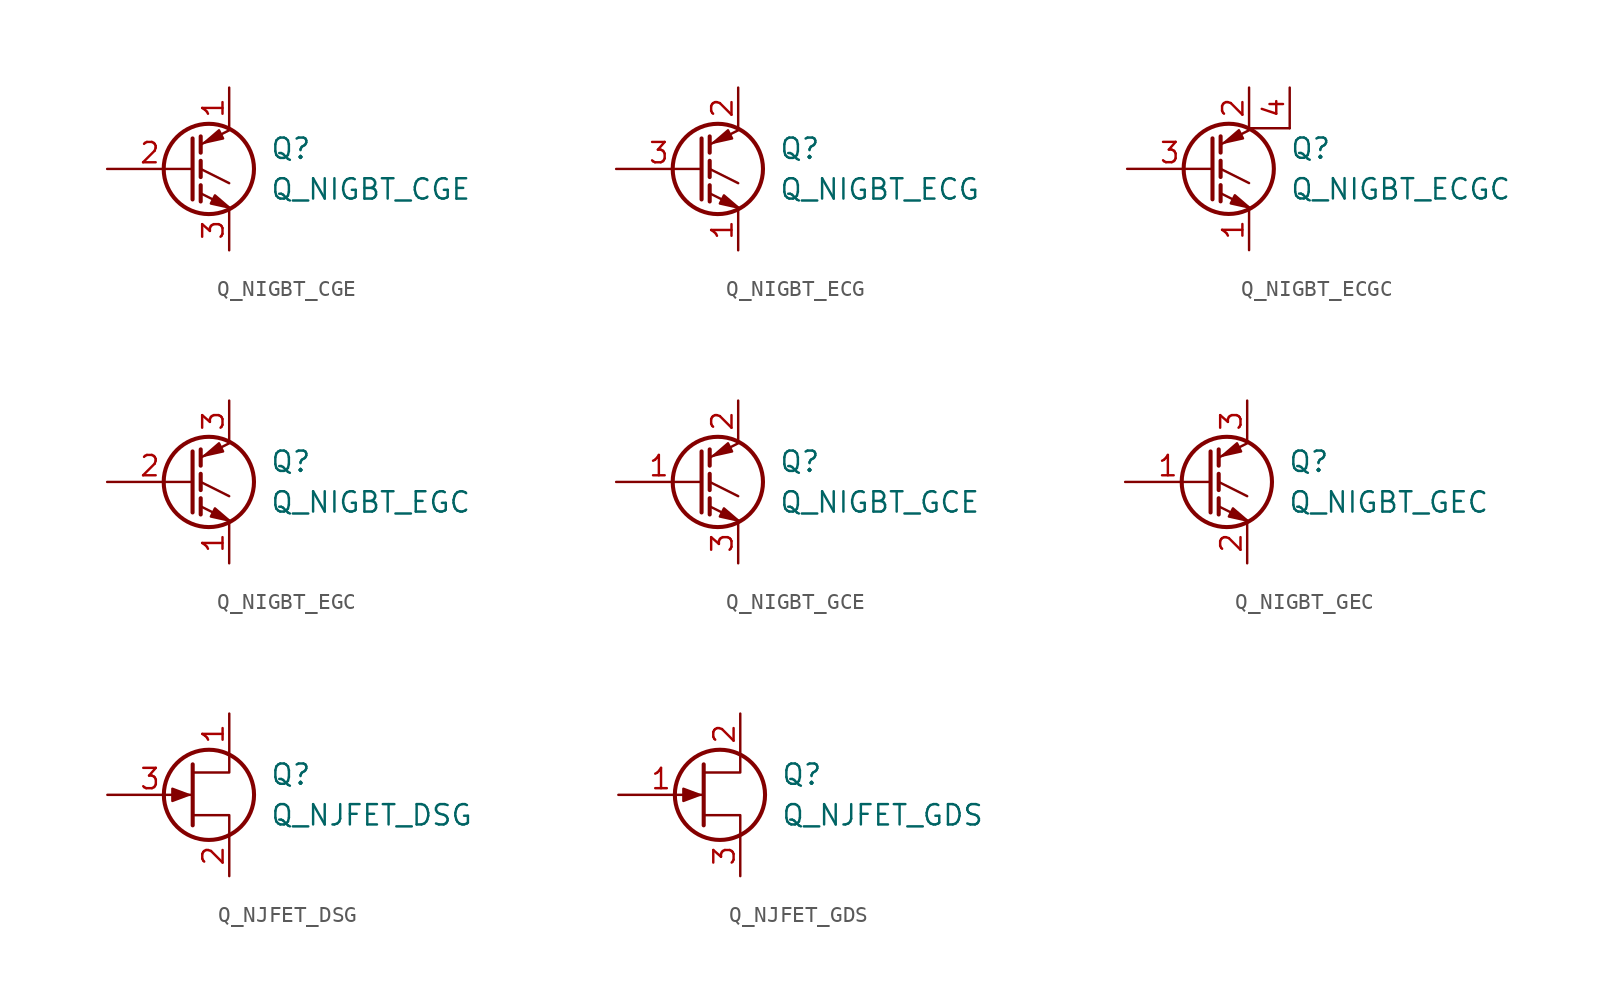
<source format=kicad_sym>
(kicad_symbol_lib
  (version 20211014)
  (generator kicad_symbol_editor)
  (symbol "Q_NIGBT_CGE"
    (pin_names
      (offset 0) hide)
    (property "Reference" "Q"
      (at 5.08 1.27 0)
      (effects (font (size 1.27 1.27)) (justify left)))
    (property "Value" "Q_NIGBT_CGE"
      (at 5.08 -1.27 0)
      (effects (font (size 1.27 1.27)) (justify left)))
    (symbol "Q_NIGBT_CGE_0_1"
      (polyline (pts (xy 0.762 -1.016) (xy 0.762 -2.032)) (stroke (width 0.254) (type default) (color 0 0 0 0)) (fill (type none)))
      (polyline (pts (xy 0.762 0.508) (xy 0.762 -0.508)) (stroke (width 0.254) (type default) (color 0 0 0 0)) (fill (type none)))
      (polyline (pts (xy 0.762 2.032) (xy 0.762 1.016)) (stroke (width 0.254) (type default) (color 0 0 0 0)) (fill (type none)))
      (polyline (pts (xy 2.54 -2.413) (xy 0.762 -1.524)) (stroke (width 0) (type default) (color 0 0 0 0)) (fill (type none)))
      (polyline (pts (xy 2.54 -0.889) (xy 0.762 0)) (stroke (width 0) (type default) (color 0 0 0 0)) (fill (type none)))
      (polyline (pts (xy 2.54 2.413) (xy 0.762 1.524)) (stroke (width 0) (type default) (color 0 0 0 0)) (fill (type none)))
      (polyline (pts (xy 0.254 1.905) (xy 0.254 -1.905) (xy 0.254 -1.905)) (stroke (width 0.254) (type default) (color 0 0 0 0)) (fill (type none)))
      (polyline (pts (xy 1.397 -2.159) (xy 1.651 -1.651) (xy 2.54 -2.413) (xy 1.397 -2.159)) (stroke (width 0) (type default) (color 0 0 0 0)) (fill (type outline)))
      (polyline (pts (xy 2.159 1.905) (xy 1.905 2.413) (xy 1.016 1.651) (xy 2.159 1.905)) (stroke (width 0) (type default) (color 0 0 0 0)) (fill (type outline)))
      (circle (center 1.27 0) (radius 2.819) (stroke (width 0.254) (type default) (color 0 0 0 0)) (fill (type none))))
    (symbol "Q_NIGBT_CGE_1_1"
      (pin passive line (at 2.54 5.08 270) (length 2.54) (name "C" (effects (font (size 1.27 1.27)))) (number "1" (effects (font (size 1.27 1.27)))))
      (pin input line (at -5.08 0 0) (length 5.334) (name "G" (effects (font (size 1.27 1.27)))) (number "2" (effects (font (size 1.27 1.27)))))
      (pin passive line (at 2.54 -5.08 90) (length 2.54) (name "E" (effects (font (size 1.27 1.27)))) (number "3" (effects (font (size 1.27 1.27)))))))
  (symbol "Q_NIGBT_ECG"
    (pin_names
      (offset 0) hide)
    (property "Reference" "Q"
      (at 5.08 1.27 0)
      (effects (font (size 1.27 1.27)) (justify left)))
    (property "Value" "Q_NIGBT_ECG"
      (at 5.08 -1.27 0)
      (effects (font (size 1.27 1.27)) (justify left)))
    (symbol "Q_NIGBT_ECG_0_1"
      (polyline (pts (xy 0.762 -1.016) (xy 0.762 -2.032)) (stroke (width 0.254) (type default) (color 0 0 0 0)) (fill (type none)))
      (polyline (pts (xy 0.762 0.508) (xy 0.762 -0.508)) (stroke (width 0.254) (type default) (color 0 0 0 0)) (fill (type none)))
      (polyline (pts (xy 0.762 2.032) (xy 0.762 1.016)) (stroke (width 0.254) (type default) (color 0 0 0 0)) (fill (type none)))
      (polyline (pts (xy 2.54 -2.413) (xy 0.762 -1.524)) (stroke (width 0) (type default) (color 0 0 0 0)) (fill (type none)))
      (polyline (pts (xy 2.54 -0.889) (xy 0.762 0)) (stroke (width 0) (type default) (color 0 0 0 0)) (fill (type none)))
      (polyline (pts (xy 2.54 2.413) (xy 0.762 1.524)) (stroke (width 0) (type default) (color 0 0 0 0)) (fill (type none)))
      (polyline (pts (xy 0.254 1.905) (xy 0.254 -1.905) (xy 0.254 -1.905)) (stroke (width 0.254) (type default) (color 0 0 0 0)) (fill (type none)))
      (polyline (pts (xy 1.397 -2.159) (xy 1.651 -1.651) (xy 2.54 -2.413) (xy 1.397 -2.159)) (stroke (width 0) (type default) (color 0 0 0 0)) (fill (type outline)))
      (polyline (pts (xy 2.159 1.905) (xy 1.905 2.413) (xy 1.016 1.651) (xy 2.159 1.905)) (stroke (width 0) (type default) (color 0 0 0 0)) (fill (type outline)))
      (circle (center 1.27 0) (radius 2.819) (stroke (width 0.254) (type default) (color 0 0 0 0)) (fill (type none))))
    (symbol "Q_NIGBT_ECG_1_1"
      (pin passive line (at 2.54 -5.08 90) (length 2.54) (name "E" (effects (font (size 1.27 1.27)))) (number "1" (effects (font (size 1.27 1.27)))))
      (pin passive line (at 2.54 5.08 270) (length 2.54) (name "C" (effects (font (size 1.27 1.27)))) (number "2" (effects (font (size 1.27 1.27)))))
      (pin input line (at -5.08 0 0) (length 5.334) (name "G" (effects (font (size 1.27 1.27)))) (number "3" (effects (font (size 1.27 1.27)))))))
  (symbol "Q_NIGBT_ECGC"
    (pin_names
      (offset 0) hide)
    (property "Reference" "Q"
      (at 5.08 1.27 0)
      (effects (font (size 1.27 1.27)) (justify left)))
    (property "Value" "Q_NIGBT_ECGC"
      (at 5.08 -1.27 0)
      (effects (font (size 1.27 1.27)) (justify left)))
    (symbol "Q_NIGBT_ECGC_0_1"
      (polyline (pts (xy 0.762 -1.016) (xy 0.762 -2.032)) (stroke (width 0.254) (type default) (color 0 0 0 0)) (fill (type none)))
      (polyline (pts (xy 0.762 0.508) (xy 0.762 -0.508)) (stroke (width 0.254) (type default) (color 0 0 0 0)) (fill (type none)))
      (polyline (pts (xy 0.762 2.032) (xy 0.762 1.016)) (stroke (width 0.254) (type default) (color 0 0 0 0)) (fill (type none)))
      (polyline (pts (xy 2.54 -2.413) (xy 0.762 -1.524)) (stroke (width 0) (type default) (color 0 0 0 0)) (fill (type none)))
      (polyline (pts (xy 2.54 -0.889) (xy 0.762 0)) (stroke (width 0) (type default) (color 0 0 0 0)) (fill (type none)))
      (polyline (pts (xy 2.54 2.413) (xy 0.762 1.524)) (stroke (width 0) (type default) (color 0 0 0 0)) (fill (type none)))
      (polyline (pts (xy 2.54 2.54) (xy 5.08 2.54)) (stroke (width 0) (type default) (color 0 0 0 0)) (fill (type none)))
      (polyline (pts (xy 0.254 1.905) (xy 0.254 -1.905) (xy 0.254 -1.905)) (stroke (width 0.254) (type default) (color 0 0 0 0)) (fill (type none)))
      (polyline (pts (xy 1.397 -2.159) (xy 1.651 -1.651) (xy 2.54 -2.413) (xy 1.397 -2.159)) (stroke (width 0) (type default) (color 0 0 0 0)) (fill (type outline)))
      (polyline (pts (xy 2.159 1.905) (xy 1.905 2.413) (xy 1.016 1.651) (xy 2.159 1.905)) (stroke (width 0) (type default) (color 0 0 0 0)) (fill (type outline)))
      (circle (center 1.27 0) (radius 2.819) (stroke (width 0.254) (type default) (color 0 0 0 0)) (fill (type none))))
    (symbol "Q_NIGBT_ECGC_1_1"
      (pin passive line (at 2.54 -5.08 90) (length 2.54) (name "E" (effects (font (size 1.27 1.27)))) (number "1" (effects (font (size 1.27 1.27)))))
      (pin passive line (at 2.54 5.08 270) (length 2.54) (name "C" (effects (font (size 1.27 1.27)))) (number "2" (effects (font (size 1.27 1.27)))))
      (pin input line (at -5.08 0 0) (length 5.334) (name "G" (effects (font (size 1.27 1.27)))) (number "3" (effects (font (size 1.27 1.27)))))
      (pin passive line (at 5.08 5.08 270) (length 2.54) (name "C" (effects (font (size 1.27 1.27)))) (number "4" (effects (font (size 1.27 1.27)))))))
  (symbol "Q_NIGBT_EGC"
    (pin_names
      (offset 0) hide)
    (property "Reference" "Q"
      (at 5.08 1.27 0)
      (effects (font (size 1.27 1.27)) (justify left)))
    (property "Value" "Q_NIGBT_EGC"
      (at 5.08 -1.27 0)
      (effects (font (size 1.27 1.27)) (justify left)))
    (symbol "Q_NIGBT_EGC_0_1"
      (polyline (pts (xy 0.762 -1.016) (xy 0.762 -2.032)) (stroke (width 0.254) (type default) (color 0 0 0 0)) (fill (type none)))
      (polyline (pts (xy 0.762 0.508) (xy 0.762 -0.508)) (stroke (width 0.254) (type default) (color 0 0 0 0)) (fill (type none)))
      (polyline (pts (xy 0.762 2.032) (xy 0.762 1.016)) (stroke (width 0.254) (type default) (color 0 0 0 0)) (fill (type none)))
      (polyline (pts (xy 2.54 -2.413) (xy 0.762 -1.524)) (stroke (width 0) (type default) (color 0 0 0 0)) (fill (type none)))
      (polyline (pts (xy 2.54 -0.889) (xy 0.762 0)) (stroke (width 0) (type default) (color 0 0 0 0)) (fill (type none)))
      (polyline (pts (xy 2.54 2.413) (xy 0.762 1.524)) (stroke (width 0) (type default) (color 0 0 0 0)) (fill (type none)))
      (polyline (pts (xy 0.254 1.905) (xy 0.254 -1.905) (xy 0.254 -1.905)) (stroke (width 0.254) (type default) (color 0 0 0 0)) (fill (type none)))
      (polyline (pts (xy 1.397 -2.159) (xy 1.651 -1.651) (xy 2.54 -2.413) (xy 1.397 -2.159)) (stroke (width 0) (type default) (color 0 0 0 0)) (fill (type outline)))
      (polyline (pts (xy 2.159 1.905) (xy 1.905 2.413) (xy 1.016 1.651) (xy 2.159 1.905)) (stroke (width 0) (type default) (color 0 0 0 0)) (fill (type outline)))
      (circle (center 1.27 0) (radius 2.819) (stroke (width 0.254) (type default) (color 0 0 0 0)) (fill (type none))))
    (symbol "Q_NIGBT_EGC_1_1"
      (pin passive line (at 2.54 -5.08 90) (length 2.54) (name "E" (effects (font (size 1.27 1.27)))) (number "1" (effects (font (size 1.27 1.27)))))
      (pin input line (at -5.08 0 0) (length 5.334) (name "G" (effects (font (size 1.27 1.27)))) (number "2" (effects (font (size 1.27 1.27)))))
      (pin passive line (at 2.54 5.08 270) (length 2.54) (name "C" (effects (font (size 1.27 1.27)))) (number "3" (effects (font (size 1.27 1.27)))))))
  (symbol "Q_NIGBT_GCE"
    (pin_names
      (offset 0) hide)
    (property "Reference" "Q"
      (at 5.08 1.27 0)
      (effects (font (size 1.27 1.27)) (justify left)))
    (property "Value" "Q_NIGBT_GCE"
      (at 5.08 -1.27 0)
      (effects (font (size 1.27 1.27)) (justify left)))
    (symbol "Q_NIGBT_GCE_0_1"
      (polyline (pts (xy 0.762 -1.016) (xy 0.762 -2.032)) (stroke (width 0.254) (type default) (color 0 0 0 0)) (fill (type none)))
      (polyline (pts (xy 0.762 0.508) (xy 0.762 -0.508)) (stroke (width 0.254) (type default) (color 0 0 0 0)) (fill (type none)))
      (polyline (pts (xy 0.762 2.032) (xy 0.762 1.016)) (stroke (width 0.254) (type default) (color 0 0 0 0)) (fill (type none)))
      (polyline (pts (xy 2.54 -2.413) (xy 0.762 -1.524)) (stroke (width 0) (type default) (color 0 0 0 0)) (fill (type none)))
      (polyline (pts (xy 2.54 -0.889) (xy 0.762 0)) (stroke (width 0) (type default) (color 0 0 0 0)) (fill (type none)))
      (polyline (pts (xy 2.54 2.413) (xy 0.762 1.524)) (stroke (width 0) (type default) (color 0 0 0 0)) (fill (type none)))
      (polyline (pts (xy 0.254 1.905) (xy 0.254 -1.905) (xy 0.254 -1.905)) (stroke (width 0.254) (type default) (color 0 0 0 0)) (fill (type none)))
      (polyline (pts (xy 1.397 -2.159) (xy 1.651 -1.651) (xy 2.54 -2.413) (xy 1.397 -2.159)) (stroke (width 0) (type default) (color 0 0 0 0)) (fill (type outline)))
      (polyline (pts (xy 2.159 1.905) (xy 1.905 2.413) (xy 1.016 1.651) (xy 2.159 1.905)) (stroke (width 0) (type default) (color 0 0 0 0)) (fill (type outline)))
      (circle (center 1.27 0) (radius 2.819) (stroke (width 0.254) (type default) (color 0 0 0 0)) (fill (type none))))
    (symbol "Q_NIGBT_GCE_1_1"
      (pin input line (at -5.08 0 0) (length 5.334) (name "G" (effects (font (size 1.27 1.27)))) (number "1" (effects (font (size 1.27 1.27)))))
      (pin passive line (at 2.54 5.08 270) (length 2.54) (name "C" (effects (font (size 1.27 1.27)))) (number "2" (effects (font (size 1.27 1.27)))))
      (pin passive line (at 2.54 -5.08 90) (length 2.54) (name "E" (effects (font (size 1.27 1.27)))) (number "3" (effects (font (size 1.27 1.27)))))))
  (symbol "Q_NIGBT_GEC"
    (pin_names
      (offset 0) hide)
    (property "Reference" "Q"
      (at 5.08 1.27 0)
      (effects (font (size 1.27 1.27)) (justify left)))
    (property "Value" "Q_NIGBT_GEC"
      (at 5.08 -1.27 0)
      (effects (font (size 1.27 1.27)) (justify left)))
    (symbol "Q_NIGBT_GEC_0_1"
      (polyline (pts (xy 0.762 -1.016) (xy 0.762 -2.032)) (stroke (width 0.254) (type default) (color 0 0 0 0)) (fill (type none)))
      (polyline (pts (xy 0.762 0.508) (xy 0.762 -0.508)) (stroke (width 0.254) (type default) (color 0 0 0 0)) (fill (type none)))
      (polyline (pts (xy 0.762 2.032) (xy 0.762 1.016)) (stroke (width 0.254) (type default) (color 0 0 0 0)) (fill (type none)))
      (polyline (pts (xy 2.54 -2.413) (xy 0.762 -1.524)) (stroke (width 0) (type default) (color 0 0 0 0)) (fill (type none)))
      (polyline (pts (xy 2.54 -0.889) (xy 0.762 0)) (stroke (width 0) (type default) (color 0 0 0 0)) (fill (type none)))
      (polyline (pts (xy 2.54 2.413) (xy 0.762 1.524)) (stroke (width 0) (type default) (color 0 0 0 0)) (fill (type none)))
      (polyline (pts (xy 0.254 1.905) (xy 0.254 -1.905) (xy 0.254 -1.905)) (stroke (width 0.254) (type default) (color 0 0 0 0)) (fill (type none)))
      (polyline (pts (xy 1.397 -2.159) (xy 1.651 -1.651) (xy 2.54 -2.413) (xy 1.397 -2.159)) (stroke (width 0) (type default) (color 0 0 0 0)) (fill (type outline)))
      (polyline (pts (xy 2.159 1.905) (xy 1.905 2.413) (xy 1.016 1.651) (xy 2.159 1.905)) (stroke (width 0) (type default) (color 0 0 0 0)) (fill (type outline)))
      (circle (center 1.27 0) (radius 2.819) (stroke (width 0.254) (type default) (color 0 0 0 0)) (fill (type none))))
    (symbol "Q_NIGBT_GEC_1_1"
      (pin input line (at -5.08 0 0) (length 5.334) (name "G" (effects (font (size 1.27 1.27)))) (number "1" (effects (font (size 1.27 1.27)))))
      (pin passive line (at 2.54 -5.08 90) (length 2.54) (name "E" (effects (font (size 1.27 1.27)))) (number "2" (effects (font (size 1.27 1.27)))))
      (pin passive line (at 2.54 5.08 270) (length 2.54) (name "C" (effects (font (size 1.27 1.27)))) (number "3" (effects (font (size 1.27 1.27)))))))
  (symbol "Q_NJFET_DSG"
    (pin_names
      (offset 0) hide)
    (property "Reference" "Q"
      (at 5.08 1.27 0)
      (effects (font (size 1.27 1.27)) (justify left)))
    (property "Value" "Q_NJFET_DSG"
      (at 5.08 -1.27 0)
      (effects (font (size 1.27 1.27)) (justify left)))
    (symbol "Q_NJFET_DSG_0_1"
      (polyline (pts (xy 0.254 1.905) (xy 0.254 -1.905) (xy 0.254 -1.905)) (stroke (width 0.254) (type default) (color 0 0 0 0)) (fill (type none)))
      (polyline (pts (xy 2.54 -2.54) (xy 2.54 -1.27) (xy 0.254 -1.27)) (stroke (width 0) (type default) (color 0 0 0 0)) (fill (type none)))
      (polyline (pts (xy 2.54 2.54) (xy 2.54 1.397) (xy 0.254 1.397)) (stroke (width 0) (type default) (color 0 0 0 0)) (fill (type none)))
      (polyline (pts (xy 0 0) (xy -1.016 0.381) (xy -1.016 -0.381) (xy 0 0)) (stroke (width 0) (type default) (color 0 0 0 0)) (fill (type outline)))
      (circle (center 1.27 0) (radius 2.819) (stroke (width 0.254) (type default) (color 0 0 0 0)) (fill (type none))))
    (symbol "Q_NJFET_DSG_1_1"
      (pin passive line (at 2.54 5.08 270) (length 2.54) (name "D" (effects (font (size 1.27 1.27)))) (number "1" (effects (font (size 1.27 1.27)))))
      (pin passive line (at 2.54 -5.08 90) (length 2.54) (name "S" (effects (font (size 1.27 1.27)))) (number "2" (effects (font (size 1.27 1.27)))))
      (pin input line (at -5.08 0 0) (length 5.334) (name "G" (effects (font (size 1.27 1.27)))) (number "3" (effects (font (size 1.27 1.27)))))))
  (symbol "Q_NJFET_GDS"
    (pin_names
      (offset 0) hide)
    (property "Reference" "Q"
      (at 5.08 1.27 0)
      (effects (font (size 1.27 1.27)) (justify left)))
    (property "Value" "Q_NJFET_GDS"
      (at 5.08 -1.27 0)
      (effects (font (size 1.27 1.27)) (justify left)))
    (symbol "Q_NJFET_GDS_0_1"
      (polyline (pts (xy 0.254 1.905) (xy 0.254 -1.905) (xy 0.254 -1.905)) (stroke (width 0.254) (type default) (color 0 0 0 0)) (fill (type none)))
      (polyline (pts (xy 2.54 -2.54) (xy 2.54 -1.27) (xy 0.254 -1.27)) (stroke (width 0) (type default) (color 0 0 0 0)) (fill (type none)))
      (polyline (pts (xy 2.54 2.54) (xy 2.54 1.397) (xy 0.254 1.397)) (stroke (width 0) (type default) (color 0 0 0 0)) (fill (type none)))
      (polyline (pts (xy 0 0) (xy -1.016 0.381) (xy -1.016 -0.381) (xy 0 0)) (stroke (width 0) (type default) (color 0 0 0 0)) (fill (type outline)))
      (circle (center 1.27 0) (radius 2.819) (stroke (width 0.254) (type default) (color 0 0 0 0)) (fill (type none))))
    (symbol "Q_NJFET_GDS_1_1"
      (pin input line (at -5.08 0 0) (length 5.334) (name "G" (effects (font (size 1.27 1.27)))) (number "1" (effects (font (size 1.27 1.27)))))
      (pin passive line (at 2.54 5.08 270) (length 2.54) (name "D" (effects (font (size 1.27 1.27)))) (number "2" (effects (font (size 1.27 1.27)))))
      (pin passive line (at 2.54 -5.08 90) (length 2.54) (name "S" (effects (font (size 1.27 1.27)))) (number "3" (effects (font (size 1.27 1.27))))))))
</source>
